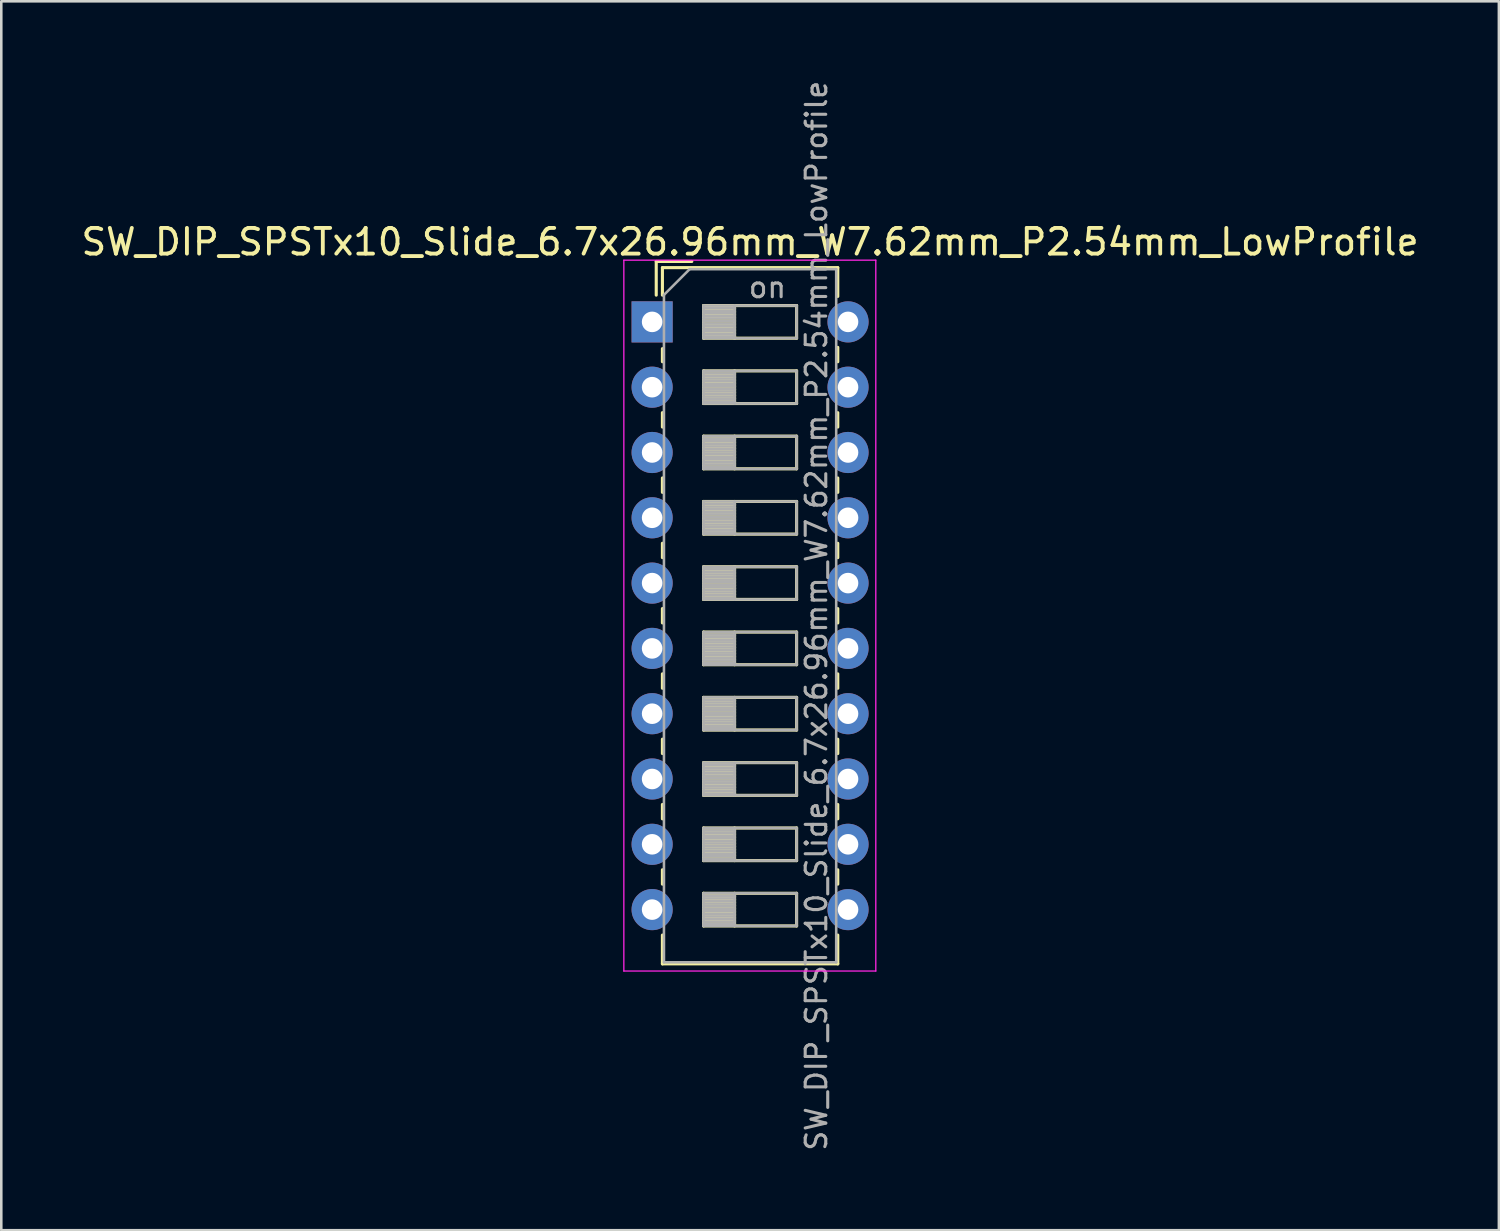
<source format=kicad_pcb>
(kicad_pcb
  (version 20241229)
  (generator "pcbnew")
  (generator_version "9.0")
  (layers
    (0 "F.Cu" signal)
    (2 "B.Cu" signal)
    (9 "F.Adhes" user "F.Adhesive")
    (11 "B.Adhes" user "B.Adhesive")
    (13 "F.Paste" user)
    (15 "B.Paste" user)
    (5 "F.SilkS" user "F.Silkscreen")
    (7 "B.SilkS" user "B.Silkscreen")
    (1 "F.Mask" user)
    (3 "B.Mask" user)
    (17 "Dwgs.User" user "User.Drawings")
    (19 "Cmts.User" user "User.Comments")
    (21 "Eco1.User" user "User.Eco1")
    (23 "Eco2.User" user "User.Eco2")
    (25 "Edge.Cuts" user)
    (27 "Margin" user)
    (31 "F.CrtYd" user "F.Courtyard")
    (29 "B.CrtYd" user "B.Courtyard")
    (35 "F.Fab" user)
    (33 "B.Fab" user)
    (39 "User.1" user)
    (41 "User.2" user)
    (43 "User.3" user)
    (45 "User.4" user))
  (footprint "SW_DIP_SPSTx10_Slide_6.7x26.96mm_W7.62mm_P2.54mm_LowProfile"
    (layer "F.Cu")
    (at 22.315 9.47)
    (property "Reference" "SW_DIP_SPSTx10_Slide_6.7x26.96mm_W7.62mm_P2.54mm_LowProfile" (at 3.81 -3.11 0) (layer "F.SilkS") (effects (font (size 1 1) (thickness 0.15))))
    (attr through_hole)
    (fp_line (start 0.16 -2.35) (end 0.16 -1.04) (stroke (width 0.12) (type solid)) (layer "F.SilkS"))
    (fp_line (start 0.16 -2.35) (end 1.543 -2.35) (stroke (width 0.12) (type solid)) (layer "F.SilkS"))
    (fp_line (start 0.4 -2.11) (end 0.4 -1.04) (stroke (width 0.12) (type solid)) (layer "F.SilkS"))
    (fp_line (start 0.4 -2.11) (end 7.221 -2.11) (stroke (width 0.12) (type solid)) (layer "F.SilkS"))
    (fp_line (start 0.4 1.04) (end 0.4 1.551) (stroke (width 0.12) (type solid)) (layer "F.SilkS"))
    (fp_line (start 0.4 3.53) (end 0.4 4.091) (stroke (width 0.12) (type solid)) (layer "F.SilkS"))
    (fp_line (start 0.4 6.07) (end 0.4 6.631) (stroke (width 0.12) (type solid)) (layer "F.SilkS"))
    (fp_line (start 0.4 8.61) (end 0.4 9.17) (stroke (width 0.12) (type solid)) (layer "F.SilkS"))
    (fp_line (start 0.4 11.15) (end 0.4 11.71) (stroke (width 0.12) (type solid)) (layer "F.SilkS"))
    (fp_line (start 0.4 13.69) (end 0.4 14.25) (stroke (width 0.12) (type solid)) (layer "F.SilkS"))
    (fp_line (start 0.4 16.23) (end 0.4 16.79) (stroke (width 0.12) (type solid)) (layer "F.SilkS"))
    (fp_line (start 0.4 18.77) (end 0.4 19.33) (stroke (width 0.12) (type solid)) (layer "F.SilkS"))
    (fp_line (start 0.4 21.31) (end 0.4 21.87) (stroke (width 0.12) (type solid)) (layer "F.SilkS"))
    (fp_line (start 0.4 23.85) (end 0.4 24.971) (stroke (width 0.12) (type solid)) (layer "F.SilkS"))
    (fp_line (start 0.4 24.971) (end 7.221 24.971) (stroke (width 0.12) (type solid)) (layer "F.SilkS"))
    (fp_line (start 2 -0.635) (end 2 0.635) (stroke (width 0.12) (type solid)) (layer "F.SilkS"))
    (fp_line (start 2 -0.515) (end 3.207 -0.515) (stroke (width 0.12) (type solid)) (layer "F.SilkS"))
    (fp_line (start 2 -0.395) (end 3.207 -0.395) (stroke (width 0.12) (type solid)) (layer "F.SilkS"))
    (fp_line (start 2 -0.275) (end 3.207 -0.275) (stroke (width 0.12) (type solid)) (layer "F.SilkS"))
    (fp_line (start 2 -0.155) (end 3.207 -0.155) (stroke (width 0.12) (type solid)) (layer "F.SilkS"))
    (fp_line (start 2 -0.035) (end 3.207 -0.035) (stroke (width 0.12) (type solid)) (layer "F.SilkS"))
    (fp_line (start 2 0.085) (end 3.207 0.085) (stroke (width 0.12) (type solid)) (layer "F.SilkS"))
    (fp_line (start 2 0.205) (end 3.207 0.205) (stroke (width 0.12) (type solid)) (layer "F.SilkS"))
    (fp_line (start 2 0.325) (end 3.207 0.325) (stroke (width 0.12) (type solid)) (layer "F.SilkS"))
    (fp_line (start 2 0.445) (end 3.207 0.445) (stroke (width 0.12) (type solid)) (layer "F.SilkS"))
    (fp_line (start 2 0.565) (end 3.207 0.565) (stroke (width 0.12) (type solid)) (layer "F.SilkS"))
    (fp_line (start 2 0.635) (end 5.62 0.635) (stroke (width 0.12) (type solid)) (layer "F.SilkS"))
    (fp_line (start 2 1.905) (end 2 3.175) (stroke (width 0.12) (type solid)) (layer "F.SilkS"))
    (fp_line (start 2 2.025) (end 3.207 2.025) (stroke (width 0.12) (type solid)) (layer "F.SilkS"))
    (fp_line (start 2 2.145) (end 3.207 2.145) (stroke (width 0.12) (type solid)) (layer "F.SilkS"))
    (fp_line (start 2 2.265) (end 3.207 2.265) (stroke (width 0.12) (type solid)) (layer "F.SilkS"))
    (fp_line (start 2 2.385) (end 3.207 2.385) (stroke (width 0.12) (type solid)) (layer "F.SilkS"))
    (fp_line (start 2 2.505) (end 3.207 2.505) (stroke (width 0.12) (type solid)) (layer "F.SilkS"))
    (fp_line (start 2 2.625) (end 3.207 2.625) (stroke (width 0.12) (type solid)) (layer "F.SilkS"))
    (fp_line (start 2 2.745) (end 3.207 2.745) (stroke (width 0.12) (type solid)) (layer "F.SilkS"))
    (fp_line (start 2 2.865) (end 3.207 2.865) (stroke (width 0.12) (type solid)) (layer "F.SilkS"))
    (fp_line (start 2 2.985) (end 3.207 2.985) (stroke (width 0.12) (type solid)) (layer "F.SilkS"))
    (fp_line (start 2 3.105) (end 3.207 3.105) (stroke (width 0.12) (type solid)) (layer "F.SilkS"))
    (fp_line (start 2 3.175) (end 5.62 3.175) (stroke (width 0.12) (type solid)) (layer "F.SilkS"))
    (fp_line (start 2 4.445) (end 2 5.715) (stroke (width 0.12) (type solid)) (layer "F.SilkS"))
    (fp_line (start 2 4.565) (end 3.207 4.565) (stroke (width 0.12) (type solid)) (layer "F.SilkS"))
    (fp_line (start 2 4.685) (end 3.207 4.685) (stroke (width 0.12) (type solid)) (layer "F.SilkS"))
    (fp_line (start 2 4.805) (end 3.207 4.805) (stroke (width 0.12) (type solid)) (layer "F.SilkS"))
    (fp_line (start 2 4.925) (end 3.207 4.925) (stroke (width 0.12) (type solid)) (layer "F.SilkS"))
    (fp_line (start 2 5.045) (end 3.207 5.045) (stroke (width 0.12) (type solid)) (layer "F.SilkS"))
    (fp_line (start 2 5.165) (end 3.207 5.165) (stroke (width 0.12) (type solid)) (layer "F.SilkS"))
    (fp_line (start 2 5.285) (end 3.207 5.285) (stroke (width 0.12) (type solid)) (layer "F.SilkS"))
    (fp_line (start 2 5.405) (end 3.207 5.405) (stroke (width 0.12) (type solid)) (layer "F.SilkS"))
    (fp_line (start 2 5.525) (end 3.207 5.525) (stroke (width 0.12) (type solid)) (layer "F.SilkS"))
    (fp_line (start 2 5.645) (end 3.207 5.645) (stroke (width 0.12) (type solid)) (layer "F.SilkS"))
    (fp_line (start 2 5.715) (end 5.62 5.715) (stroke (width 0.12) (type solid)) (layer "F.SilkS"))
    (fp_line (start 2 6.985) (end 2 8.255) (stroke (width 0.12) (type solid)) (layer "F.SilkS"))
    (fp_line (start 2 7.105) (end 3.207 7.105) (stroke (width 0.12) (type solid)) (layer "F.SilkS"))
    (fp_line (start 2 7.225) (end 3.207 7.225) (stroke (width 0.12) (type solid)) (layer "F.SilkS"))
    (fp_line (start 2 7.345) (end 3.207 7.345) (stroke (width 0.12) (type solid)) (layer "F.SilkS"))
    (fp_line (start 2 7.465) (end 3.207 7.465) (stroke (width 0.12) (type solid)) (layer "F.SilkS"))
    (fp_line (start 2 7.585) (end 3.207 7.585) (stroke (width 0.12) (type solid)) (layer "F.SilkS"))
    (fp_line (start 2 7.705) (end 3.207 7.705) (stroke (width 0.12) (type solid)) (layer "F.SilkS"))
    (fp_line (start 2 7.825) (end 3.207 7.825) (stroke (width 0.12) (type solid)) (layer "F.SilkS"))
    (fp_line (start 2 7.945) (end 3.207 7.945) (stroke (width 0.12) (type solid)) (layer "F.SilkS"))
    (fp_line (start 2 8.065) (end 3.207 8.065) (stroke (width 0.12) (type solid)) (layer "F.SilkS"))
    (fp_line (start 2 8.185) (end 3.207 8.185) (stroke (width 0.12) (type solid)) (layer "F.SilkS"))
    (fp_line (start 2 8.255) (end 5.62 8.255) (stroke (width 0.12) (type solid)) (layer "F.SilkS"))
    (fp_line (start 2 9.525) (end 2 10.795) (stroke (width 0.12) (type solid)) (layer "F.SilkS"))
    (fp_line (start 2 9.645) (end 3.207 9.645) (stroke (width 0.12) (type solid)) (layer "F.SilkS"))
    (fp_line (start 2 9.765) (end 3.207 9.765) (stroke (width 0.12) (type solid)) (layer "F.SilkS"))
    (fp_line (start 2 9.885) (end 3.207 9.885) (stroke (width 0.12) (type solid)) (layer "F.SilkS"))
    (fp_line (start 2 10.005) (end 3.207 10.005) (stroke (width 0.12) (type solid)) (layer "F.SilkS"))
    (fp_line (start 2 10.125) (end 3.207 10.125) (stroke (width 0.12) (type solid)) (layer "F.SilkS"))
    (fp_line (start 2 10.245) (end 3.207 10.245) (stroke (width 0.12) (type solid)) (layer "F.SilkS"))
    (fp_line (start 2 10.365) (end 3.207 10.365) (stroke (width 0.12) (type solid)) (layer "F.SilkS"))
    (fp_line (start 2 10.485) (end 3.207 10.485) (stroke (width 0.12) (type solid)) (layer "F.SilkS"))
    (fp_line (start 2 10.605) (end 3.207 10.605) (stroke (width 0.12) (type solid)) (layer "F.SilkS"))
    (fp_line (start 2 10.725) (end 3.207 10.725) (stroke (width 0.12) (type solid)) (layer "F.SilkS"))
    (fp_line (start 2 10.795) (end 5.62 10.795) (stroke (width 0.12) (type solid)) (layer "F.SilkS"))
    (fp_line (start 2 12.065) (end 2 13.335) (stroke (width 0.12) (type solid)) (layer "F.SilkS"))
    (fp_line (start 2 12.185) (end 3.207 12.185) (stroke (width 0.12) (type solid)) (layer "F.SilkS"))
    (fp_line (start 2 12.305) (end 3.207 12.305) (stroke (width 0.12) (type solid)) (layer "F.SilkS"))
    (fp_line (start 2 12.425) (end 3.207 12.425) (stroke (width 0.12) (type solid)) (layer "F.SilkS"))
    (fp_line (start 2 12.545) (end 3.207 12.545) (stroke (width 0.12) (type solid)) (layer "F.SilkS"))
    (fp_line (start 2 12.665) (end 3.207 12.665) (stroke (width 0.12) (type solid)) (layer "F.SilkS"))
    (fp_line (start 2 12.785) (end 3.207 12.785) (stroke (width 0.12) (type solid)) (layer "F.SilkS"))
    (fp_line (start 2 12.905) (end 3.207 12.905) (stroke (width 0.12) (type solid)) (layer "F.SilkS"))
    (fp_line (start 2 13.025) (end 3.207 13.025) (stroke (width 0.12) (type solid)) (layer "F.SilkS"))
    (fp_line (start 2 13.145) (end 3.207 13.145) (stroke (width 0.12) (type solid)) (layer "F.SilkS"))
    (fp_line (start 2 13.265) (end 3.207 13.265) (stroke (width 0.12) (type solid)) (layer "F.SilkS"))
    (fp_line (start 2 13.335) (end 5.62 13.335) (stroke (width 0.12) (type solid)) (layer "F.SilkS"))
    (fp_line (start 2 14.605) (end 2 15.875) (stroke (width 0.12) (type solid)) (layer "F.SilkS"))
    (fp_line (start 2 14.725) (end 3.207 14.725) (stroke (width 0.12) (type solid)) (layer "F.SilkS"))
    (fp_line (start 2 14.845) (end 3.207 14.845) (stroke (width 0.12) (type solid)) (layer "F.SilkS"))
    (fp_line (start 2 14.965) (end 3.207 14.965) (stroke (width 0.12) (type solid)) (layer "F.SilkS"))
    (fp_line (start 2 15.085) (end 3.207 15.085) (stroke (width 0.12) (type solid)) (layer "F.SilkS"))
    (fp_line (start 2 15.205) (end 3.207 15.205) (stroke (width 0.12) (type solid)) (layer "F.SilkS"))
    (fp_line (start 2 15.325) (end 3.207 15.325) (stroke (width 0.12) (type solid)) (layer "F.SilkS"))
    (fp_line (start 2 15.445) (end 3.207 15.445) (stroke (width 0.12) (type solid)) (layer "F.SilkS"))
    (fp_line (start 2 15.565) (end 3.207 15.565) (stroke (width 0.12) (type solid)) (layer "F.SilkS"))
    (fp_line (start 2 15.685) (end 3.207 15.685) (stroke (width 0.12) (type solid)) (layer "F.SilkS"))
    (fp_line (start 2 15.805) (end 3.207 15.805) (stroke (width 0.12) (type solid)) (layer "F.SilkS"))
    (fp_line (start 2 15.875) (end 5.62 15.875) (stroke (width 0.12) (type solid)) (layer "F.SilkS"))
    (fp_line (start 2 17.145) (end 2 18.415) (stroke (width 0.12) (type solid)) (layer "F.SilkS"))
    (fp_line (start 2 17.265) (end 3.207 17.265) (stroke (width 0.12) (type solid)) (layer "F.SilkS"))
    (fp_line (start 2 17.385) (end 3.207 17.385) (stroke (width 0.12) (type solid)) (layer "F.SilkS"))
    (fp_line (start 2 17.505) (end 3.207 17.505) (stroke (width 0.12) (type solid)) (layer "F.SilkS"))
    (fp_line (start 2 17.625) (end 3.207 17.625) (stroke (width 0.12) (type solid)) (layer "F.SilkS"))
    (fp_line (start 2 17.745) (end 3.207 17.745) (stroke (width 0.12) (type solid)) (layer "F.SilkS"))
    (fp_line (start 2 17.865) (end 3.207 17.865) (stroke (width 0.12) (type solid)) (layer "F.SilkS"))
    (fp_line (start 2 17.985) (end 3.207 17.985) (stroke (width 0.12) (type solid)) (layer "F.SilkS"))
    (fp_line (start 2 18.105) (end 3.207 18.105) (stroke (width 0.12) (type solid)) (layer "F.SilkS"))
    (fp_line (start 2 18.225) (end 3.207 18.225) (stroke (width 0.12) (type solid)) (layer "F.SilkS"))
    (fp_line (start 2 18.345) (end 3.207 18.345) (stroke (width 0.12) (type solid)) (layer "F.SilkS"))
    (fp_line (start 2 18.415) (end 5.62 18.415) (stroke (width 0.12) (type solid)) (layer "F.SilkS"))
    (fp_line (start 2 19.685) (end 2 20.955) (stroke (width 0.12) (type solid)) (layer "F.SilkS"))
    (fp_line (start 2 19.805) (end 3.207 19.805) (stroke (width 0.12) (type solid)) (layer "F.SilkS"))
    (fp_line (start 2 19.925) (end 3.207 19.925) (stroke (width 0.12) (type solid)) (layer "F.SilkS"))
    (fp_line (start 2 20.045) (end 3.207 20.045) (stroke (width 0.12) (type solid)) (layer "F.SilkS"))
    (fp_line (start 2 20.165) (end 3.207 20.165) (stroke (width 0.12) (type solid)) (layer "F.SilkS"))
    (fp_line (start 2 20.285) (end 3.207 20.285) (stroke (width 0.12) (type solid)) (layer "F.SilkS"))
    (fp_line (start 2 20.405) (end 3.207 20.405) (stroke (width 0.12) (type solid)) (layer "F.SilkS"))
    (fp_line (start 2 20.525) (end 3.207 20.525) (stroke (width 0.12) (type solid)) (layer "F.SilkS"))
    (fp_line (start 2 20.645) (end 3.207 20.645) (stroke (width 0.12) (type solid)) (layer "F.SilkS"))
    (fp_line (start 2 20.765) (end 3.207 20.765) (stroke (width 0.12) (type solid)) (layer "F.SilkS"))
    (fp_line (start 2 20.885) (end 3.207 20.885) (stroke (width 0.12) (type solid)) (layer "F.SilkS"))
    (fp_line (start 2 20.955) (end 5.62 20.955) (stroke (width 0.12) (type solid)) (layer "F.SilkS"))
    (fp_line (start 2 22.225) (end 2 23.495) (stroke (width 0.12) (type solid)) (layer "F.SilkS"))
    (fp_line (start 2 22.345) (end 3.207 22.345) (stroke (width 0.12) (type solid)) (layer "F.SilkS"))
    (fp_line (start 2 22.465) (end 3.207 22.465) (stroke (width 0.12) (type solid)) (layer "F.SilkS"))
    (fp_line (start 2 22.585) (end 3.207 22.585) (stroke (width 0.12) (type solid)) (layer "F.SilkS"))
    (fp_line (start 2 22.705) (end 3.207 22.705) (stroke (width 0.12) (type solid)) (layer "F.SilkS"))
    (fp_line (start 2 22.825) (end 3.207 22.825) (stroke (width 0.12) (type solid)) (layer "F.SilkS"))
    (fp_line (start 2 22.945) (end 3.207 22.945) (stroke (width 0.12) (type solid)) (layer "F.SilkS"))
    (fp_line (start 2 23.065) (end 3.207 23.065) (stroke (width 0.12) (type solid)) (layer "F.SilkS"))
    (fp_line (start 2 23.185) (end 3.207 23.185) (stroke (width 0.12) (type solid)) (layer "F.SilkS"))
    (fp_line (start 2 23.305) (end 3.207 23.305) (stroke (width 0.12) (type solid)) (layer "F.SilkS"))
    (fp_line (start 2 23.425) (end 3.207 23.425) (stroke (width 0.12) (type solid)) (layer "F.SilkS"))
    (fp_line (start 2 23.495) (end 5.62 23.495) (stroke (width 0.12) (type solid)) (layer "F.SilkS"))
    (fp_line (start 3.207 -0.635) (end 3.207 0.635) (stroke (width 0.12) (type solid)) (layer "F.SilkS"))
    (fp_line (start 3.207 1.905) (end 3.207 3.175) (stroke (width 0.12) (type solid)) (layer "F.SilkS"))
    (fp_line (start 3.207 4.445) (end 3.207 5.715) (stroke (width 0.12) (type solid)) (layer "F.SilkS"))
    (fp_line (start 3.207 6.985) (end 3.207 8.255) (stroke (width 0.12) (type solid)) (layer "F.SilkS"))
    (fp_line (start 3.207 9.525) (end 3.207 10.795) (stroke (width 0.12) (type solid)) (layer "F.SilkS"))
    (fp_line (start 3.207 12.065) (end 3.207 13.335) (stroke (width 0.12) (type solid)) (layer "F.SilkS"))
    (fp_line (start 3.207 14.605) (end 3.207 15.875) (stroke (width 0.12) (type solid)) (layer "F.SilkS"))
    (fp_line (start 3.207 17.145) (end 3.207 18.415) (stroke (width 0.12) (type solid)) (layer "F.SilkS"))
    (fp_line (start 3.207 19.685) (end 3.207 20.955) (stroke (width 0.12) (type solid)) (layer "F.SilkS"))
    (fp_line (start 3.207 22.225) (end 3.207 23.495) (stroke (width 0.12) (type solid)) (layer "F.SilkS"))
    (fp_line (start 5.62 -0.635) (end 2 -0.635) (stroke (width 0.12) (type solid)) (layer "F.SilkS"))
    (fp_line (start 5.62 0.635) (end 5.62 -0.635) (stroke (width 0.12) (type solid)) (layer "F.SilkS"))
    (fp_line (start 5.62 1.905) (end 2 1.905) (stroke (width 0.12) (type solid)) (layer "F.SilkS"))
    (fp_line (start 5.62 3.175) (end 5.62 1.905) (stroke (width 0.12) (type solid)) (layer "F.SilkS"))
    (fp_line (start 5.62 4.445) (end 2 4.445) (stroke (width 0.12) (type solid)) (layer "F.SilkS"))
    (fp_line (start 5.62 5.715) (end 5.62 4.445) (stroke (width 0.12) (type solid)) (layer "F.SilkS"))
    (fp_line (start 5.62 6.985) (end 2 6.985) (stroke (width 0.12) (type solid)) (layer "F.SilkS"))
    (fp_line (start 5.62 8.255) (end 5.62 6.985) (stroke (width 0.12) (type solid)) (layer "F.SilkS"))
    (fp_line (start 5.62 9.525) (end 2 9.525) (stroke (width 0.12) (type solid)) (layer "F.SilkS"))
    (fp_line (start 5.62 10.795) (end 5.62 9.525) (stroke (width 0.12) (type solid)) (layer "F.SilkS"))
    (fp_line (start 5.62 12.065) (end 2 12.065) (stroke (width 0.12) (type solid)) (layer "F.SilkS"))
    (fp_line (start 5.62 13.335) (end 5.62 12.065) (stroke (width 0.12) (type solid)) (layer "F.SilkS"))
    (fp_line (start 5.62 14.605) (end 2 14.605) (stroke (width 0.12) (type solid)) (layer "F.SilkS"))
    (fp_line (start 5.62 15.875) (end 5.62 14.605) (stroke (width 0.12) (type solid)) (layer "F.SilkS"))
    (fp_line (start 5.62 17.145) (end 2 17.145) (stroke (width 0.12) (type solid)) (layer "F.SilkS"))
    (fp_line (start 5.62 18.415) (end 5.62 17.145) (stroke (width 0.12) (type solid)) (layer "F.SilkS"))
    (fp_line (start 5.62 19.685) (end 2 19.685) (stroke (width 0.12) (type solid)) (layer "F.SilkS"))
    (fp_line (start 5.62 20.955) (end 5.62 19.685) (stroke (width 0.12) (type solid)) (layer "F.SilkS"))
    (fp_line (start 5.62 22.225) (end 2 22.225) (stroke (width 0.12) (type solid)) (layer "F.SilkS"))
    (fp_line (start 5.62 23.495) (end 5.62 22.225) (stroke (width 0.12) (type solid)) (layer "F.SilkS"))
    (fp_line (start 7.221 -2.11) (end 7.221 -0.99) (stroke (width 0.12) (type solid)) (layer "F.SilkS"))
    (fp_line (start 7.221 0.991) (end 7.221 1.551) (stroke (width 0.12) (type solid)) (layer "F.SilkS"))
    (fp_line (start 7.221 3.531) (end 7.221 4.091) (stroke (width 0.12) (type solid)) (layer "F.SilkS"))
    (fp_line (start 7.221 6.071) (end 7.221 6.631) (stroke (width 0.12) (type solid)) (layer "F.SilkS"))
    (fp_line (start 7.221 8.611) (end 7.221 9.171) (stroke (width 0.12) (type solid)) (layer "F.SilkS"))
    (fp_line (start 7.221 11.151) (end 7.221 11.711) (stroke (width 0.12) (type solid)) (layer "F.SilkS"))
    (fp_line (start 7.221 13.691) (end 7.221 14.251) (stroke (width 0.12) (type solid)) (layer "F.SilkS"))
    (fp_line (start 7.221 16.231) (end 7.221 16.79) (stroke (width 0.12) (type solid)) (layer "F.SilkS"))
    (fp_line (start 7.221 18.771) (end 7.221 19.33) (stroke (width 0.12) (type solid)) (layer "F.SilkS"))
    (fp_line (start 7.221 21.311) (end 7.221 21.87) (stroke (width 0.12) (type solid)) (layer "F.SilkS"))
    (fp_line (start 7.221 23.85) (end 7.221 24.971) (stroke (width 0.12) (type solid)) (layer "F.SilkS"))
    (fp_line (start -1.1 -2.4) (end -1.1 25.25) (stroke (width 0.05) (type solid)) (layer "F.CrtYd"))
    (fp_line (start -1.1 25.25) (end 8.7 25.25) (stroke (width 0.05) (type solid)) (layer "F.CrtYd"))
    (fp_line (start 8.7 -2.4) (end -1.1 -2.4) (stroke (width 0.05) (type solid)) (layer "F.CrtYd"))
    (fp_line (start 8.7 25.25) (end 8.7 -2.4) (stroke (width 0.05) (type solid)) (layer "F.CrtYd"))
    (fp_line (start 0.46 -1.05) (end 1.46 -2.05) (stroke (width 0.1) (type solid)) (layer "F.Fab"))
    (fp_line (start 0.46 24.91) (end 0.46 -1.05) (stroke (width 0.1) (type solid)) (layer "F.Fab"))
    (fp_line (start 1.46 -2.05) (end 7.16 -2.05) (stroke (width 0.1) (type solid)) (layer "F.Fab"))
    (fp_line (start 2 -0.635) (end 2 0.635) (stroke (width 0.1) (type solid)) (layer "F.Fab"))
    (fp_line (start 2 -0.535) (end 3.207 -0.535) (stroke (width 0.1) (type solid)) (layer "F.Fab"))
    (fp_line (start 2 -0.435) (end 3.207 -0.435) (stroke (width 0.1) (type solid)) (layer "F.Fab"))
    (fp_line (start 2 -0.335) (end 3.207 -0.335) (stroke (width 0.1) (type solid)) (layer "F.Fab"))
    (fp_line (start 2 -0.235) (end 3.207 -0.235) (stroke (width 0.1) (type solid)) (layer "F.Fab"))
    (fp_line (start 2 -0.135) (end 3.207 -0.135) (stroke (width 0.1) (type solid)) (layer "F.Fab"))
    (fp_line (start 2 -0.035) (end 3.207 -0.035) (stroke (width 0.1) (type solid)) (layer "F.Fab"))
    (fp_line (start 2 0.065) (end 3.207 0.065) (stroke (width 0.1) (type solid)) (layer "F.Fab"))
    (fp_line (start 2 0.165) (end 3.207 0.165) (stroke (width 0.1) (type solid)) (layer "F.Fab"))
    (fp_line (start 2 0.265) (end 3.207 0.265) (stroke (width 0.1) (type solid)) (layer "F.Fab"))
    (fp_line (start 2 0.365) (end 3.207 0.365) (stroke (width 0.1) (type solid)) (layer "F.Fab"))
    (fp_line (start 2 0.465) (end 3.207 0.465) (stroke (width 0.1) (type solid)) (layer "F.Fab"))
    (fp_line (start 2 0.565) (end 3.207 0.565) (stroke (width 0.1) (type solid)) (layer "F.Fab"))
    (fp_line (start 2 0.635) (end 5.62 0.635) (stroke (width 0.1) (type solid)) (layer "F.Fab"))
    (fp_line (start 2 1.905) (end 2 3.175) (stroke (width 0.1) (type solid)) (layer "F.Fab"))
    (fp_line (start 2 2.005) (end 3.207 2.005) (stroke (width 0.1) (type solid)) (layer "F.Fab"))
    (fp_line (start 2 2.105) (end 3.207 2.105) (stroke (width 0.1) (type solid)) (layer "F.Fab"))
    (fp_line (start 2 2.205) (end 3.207 2.205) (stroke (width 0.1) (type solid)) (layer "F.Fab"))
    (fp_line (start 2 2.305) (end 3.207 2.305) (stroke (width 0.1) (type solid)) (layer "F.Fab"))
    (fp_line (start 2 2.405) (end 3.207 2.405) (stroke (width 0.1) (type solid)) (layer "F.Fab"))
    (fp_line (start 2 2.505) (end 3.207 2.505) (stroke (width 0.1) (type solid)) (layer "F.Fab"))
    (fp_line (start 2 2.605) (end 3.207 2.605) (stroke (width 0.1) (type solid)) (layer "F.Fab"))
    (fp_line (start 2 2.705) (end 3.207 2.705) (stroke (width 0.1) (type solid)) (layer "F.Fab"))
    (fp_line (start 2 2.805) (end 3.207 2.805) (stroke (width 0.1) (type solid)) (layer "F.Fab"))
    (fp_line (start 2 2.905) (end 3.207 2.905) (stroke (width 0.1) (type solid)) (layer "F.Fab"))
    (fp_line (start 2 3.005) (end 3.207 3.005) (stroke (width 0.1) (type solid)) (layer "F.Fab"))
    (fp_line (start 2 3.105) (end 3.207 3.105) (stroke (width 0.1) (type solid)) (layer "F.Fab"))
    (fp_line (start 2 3.175) (end 5.62 3.175) (stroke (width 0.1) (type solid)) (layer "F.Fab"))
    (fp_line (start 2 4.445) (end 2 5.715) (stroke (width 0.1) (type solid)) (layer "F.Fab"))
    (fp_line (start 2 4.545) (end 3.207 4.545) (stroke (width 0.1) (type solid)) (layer "F.Fab"))
    (fp_line (start 2 4.645) (end 3.207 4.645) (stroke (width 0.1) (type solid)) (layer "F.Fab"))
    (fp_line (start 2 4.745) (end 3.207 4.745) (stroke (width 0.1) (type solid)) (layer "F.Fab"))
    (fp_line (start 2 4.845) (end 3.207 4.845) (stroke (width 0.1) (type solid)) (layer "F.Fab"))
    (fp_line (start 2 4.945) (end 3.207 4.945) (stroke (width 0.1) (type solid)) (layer "F.Fab"))
    (fp_line (start 2 5.045) (end 3.207 5.045) (stroke (width 0.1) (type solid)) (layer "F.Fab"))
    (fp_line (start 2 5.145) (end 3.207 5.145) (stroke (width 0.1) (type solid)) (layer "F.Fab"))
    (fp_line (start 2 5.245) (end 3.207 5.245) (stroke (width 0.1) (type solid)) (layer "F.Fab"))
    (fp_line (start 2 5.345) (end 3.207 5.345) (stroke (width 0.1) (type solid)) (layer "F.Fab"))
    (fp_line (start 2 5.445) (end 3.207 5.445) (stroke (width 0.1) (type solid)) (layer "F.Fab"))
    (fp_line (start 2 5.545) (end 3.207 5.545) (stroke (width 0.1) (type solid)) (layer "F.Fab"))
    (fp_line (start 2 5.645) (end 3.207 5.645) (stroke (width 0.1) (type solid)) (layer "F.Fab"))
    (fp_line (start 2 5.715) (end 5.62 5.715) (stroke (width 0.1) (type solid)) (layer "F.Fab"))
    (fp_line (start 2 6.985) (end 2 8.255) (stroke (width 0.1) (type solid)) (layer "F.Fab"))
    (fp_line (start 2 7.085) (end 3.207 7.085) (stroke (width 0.1) (type solid)) (layer "F.Fab"))
    (fp_line (start 2 7.185) (end 3.207 7.185) (stroke (width 0.1) (type solid)) (layer "F.Fab"))
    (fp_line (start 2 7.285) (end 3.207 7.285) (stroke (width 0.1) (type solid)) (layer "F.Fab"))
    (fp_line (start 2 7.385) (end 3.207 7.385) (stroke (width 0.1) (type solid)) (layer "F.Fab"))
    (fp_line (start 2 7.485) (end 3.207 7.485) (stroke (width 0.1) (type solid)) (layer "F.Fab"))
    (fp_line (start 2 7.585) (end 3.207 7.585) (stroke (width 0.1) (type solid)) (layer "F.Fab"))
    (fp_line (start 2 7.685) (end 3.207 7.685) (stroke (width 0.1) (type solid)) (layer "F.Fab"))
    (fp_line (start 2 7.785) (end 3.207 7.785) (stroke (width 0.1) (type solid)) (layer "F.Fab"))
    (fp_line (start 2 7.885) (end 3.207 7.885) (stroke (width 0.1) (type solid)) (layer "F.Fab"))
    (fp_line (start 2 7.985) (end 3.207 7.985) (stroke (width 0.1) (type solid)) (layer "F.Fab"))
    (fp_line (start 2 8.085) (end 3.207 8.085) (stroke (width 0.1) (type solid)) (layer "F.Fab"))
    (fp_line (start 2 8.185) (end 3.207 8.185) (stroke (width 0.1) (type solid)) (layer "F.Fab"))
    (fp_line (start 2 8.255) (end 5.62 8.255) (stroke (width 0.1) (type solid)) (layer "F.Fab"))
    (fp_line (start 2 9.525) (end 2 10.795) (stroke (width 0.1) (type solid)) (layer "F.Fab"))
    (fp_line (start 2 9.625) (end 3.207 9.625) (stroke (width 0.1) (type solid)) (layer "F.Fab"))
    (fp_line (start 2 9.725) (end 3.207 9.725) (stroke (width 0.1) (type solid)) (layer "F.Fab"))
    (fp_line (start 2 9.825) (end 3.207 9.825) (stroke (width 0.1) (type solid)) (layer "F.Fab"))
    (fp_line (start 2 9.925) (end 3.207 9.925) (stroke (width 0.1) (type solid)) (layer "F.Fab"))
    (fp_line (start 2 10.025) (end 3.207 10.025) (stroke (width 0.1) (type solid)) (layer "F.Fab"))
    (fp_line (start 2 10.125) (end 3.207 10.125) (stroke (width 0.1) (type solid)) (layer "F.Fab"))
    (fp_line (start 2 10.225) (end 3.207 10.225) (stroke (width 0.1) (type solid)) (layer "F.Fab"))
    (fp_line (start 2 10.325) (end 3.207 10.325) (stroke (width 0.1) (type solid)) (layer "F.Fab"))
    (fp_line (start 2 10.425) (end 3.207 10.425) (stroke (width 0.1) (type solid)) (layer "F.Fab"))
    (fp_line (start 2 10.525) (end 3.207 10.525) (stroke (width 0.1) (type solid)) (layer "F.Fab"))
    (fp_line (start 2 10.625) (end 3.207 10.625) (stroke (width 0.1) (type solid)) (layer "F.Fab"))
    (fp_line (start 2 10.725) (end 3.207 10.725) (stroke (width 0.1) (type solid)) (layer "F.Fab"))
    (fp_line (start 2 10.795) (end 5.62 10.795) (stroke (width 0.1) (type solid)) (layer "F.Fab"))
    (fp_line (start 2 12.065) (end 2 13.335) (stroke (width 0.1) (type solid)) (layer "F.Fab"))
    (fp_line (start 2 12.165) (end 3.207 12.165) (stroke (width 0.1) (type solid)) (layer "F.Fab"))
    (fp_line (start 2 12.265) (end 3.207 12.265) (stroke (width 0.1) (type solid)) (layer "F.Fab"))
    (fp_line (start 2 12.365) (end 3.207 12.365) (stroke (width 0.1) (type solid)) (layer "F.Fab"))
    (fp_line (start 2 12.465) (end 3.207 12.465) (stroke (width 0.1) (type solid)) (layer "F.Fab"))
    (fp_line (start 2 12.565) (end 3.207 12.565) (stroke (width 0.1) (type solid)) (layer "F.Fab"))
    (fp_line (start 2 12.665) (end 3.207 12.665) (stroke (width 0.1) (type solid)) (layer "F.Fab"))
    (fp_line (start 2 12.765) (end 3.207 12.765) (stroke (width 0.1) (type solid)) (layer "F.Fab"))
    (fp_line (start 2 12.865) (end 3.207 12.865) (stroke (width 0.1) (type solid)) (layer "F.Fab"))
    (fp_line (start 2 12.965) (end 3.207 12.965) (stroke (width 0.1) (type solid)) (layer "F.Fab"))
    (fp_line (start 2 13.065) (end 3.207 13.065) (stroke (width 0.1) (type solid)) (layer "F.Fab"))
    (fp_line (start 2 13.165) (end 3.207 13.165) (stroke (width 0.1) (type solid)) (layer "F.Fab"))
    (fp_line (start 2 13.265) (end 3.207 13.265) (stroke (width 0.1) (type solid)) (layer "F.Fab"))
    (fp_line (start 2 13.335) (end 5.62 13.335) (stroke (width 0.1) (type solid)) (layer "F.Fab"))
    (fp_line (start 2 14.605) (end 2 15.875) (stroke (width 0.1) (type solid)) (layer "F.Fab"))
    (fp_line (start 2 14.705) (end 3.207 14.705) (stroke (width 0.1) (type solid)) (layer "F.Fab"))
    (fp_line (start 2 14.805) (end 3.207 14.805) (stroke (width 0.1) (type solid)) (layer "F.Fab"))
    (fp_line (start 2 14.905) (end 3.207 14.905) (stroke (width 0.1) (type solid)) (layer "F.Fab"))
    (fp_line (start 2 15.005) (end 3.207 15.005) (stroke (width 0.1) (type solid)) (layer "F.Fab"))
    (fp_line (start 2 15.105) (end 3.207 15.105) (stroke (width 0.1) (type solid)) (layer "F.Fab"))
    (fp_line (start 2 15.205) (end 3.207 15.205) (stroke (width 0.1) (type solid)) (layer "F.Fab"))
    (fp_line (start 2 15.305) (end 3.207 15.305) (stroke (width 0.1) (type solid)) (layer "F.Fab"))
    (fp_line (start 2 15.405) (end 3.207 15.405) (stroke (width 0.1) (type solid)) (layer "F.Fab"))
    (fp_line (start 2 15.505) (end 3.207 15.505) (stroke (width 0.1) (type solid)) (layer "F.Fab"))
    (fp_line (start 2 15.605) (end 3.207 15.605) (stroke (width 0.1) (type solid)) (layer "F.Fab"))
    (fp_line (start 2 15.705) (end 3.207 15.705) (stroke (width 0.1) (type solid)) (layer "F.Fab"))
    (fp_line (start 2 15.805) (end 3.207 15.805) (stroke (width 0.1) (type solid)) (layer "F.Fab"))
    (fp_line (start 2 15.875) (end 5.62 15.875) (stroke (width 0.1) (type solid)) (layer "F.Fab"))
    (fp_line (start 2 17.145) (end 2 18.415) (stroke (width 0.1) (type solid)) (layer "F.Fab"))
    (fp_line (start 2 17.245) (end 3.207 17.245) (stroke (width 0.1) (type solid)) (layer "F.Fab"))
    (fp_line (start 2 17.345) (end 3.207 17.345) (stroke (width 0.1) (type solid)) (layer "F.Fab"))
    (fp_line (start 2 17.445) (end 3.207 17.445) (stroke (width 0.1) (type solid)) (layer "F.Fab"))
    (fp_line (start 2 17.545) (end 3.207 17.545) (stroke (width 0.1) (type solid)) (layer "F.Fab"))
    (fp_line (start 2 17.645) (end 3.207 17.645) (stroke (width 0.1) (type solid)) (layer "F.Fab"))
    (fp_line (start 2 17.745) (end 3.207 17.745) (stroke (width 0.1) (type solid)) (layer "F.Fab"))
    (fp_line (start 2 17.845) (end 3.207 17.845) (stroke (width 0.1) (type solid)) (layer "F.Fab"))
    (fp_line (start 2 17.945) (end 3.207 17.945) (stroke (width 0.1) (type solid)) (layer "F.Fab"))
    (fp_line (start 2 18.045) (end 3.207 18.045) (stroke (width 0.1) (type solid)) (layer "F.Fab"))
    (fp_line (start 2 18.145) (end 3.207 18.145) (stroke (width 0.1) (type solid)) (layer "F.Fab"))
    (fp_line (start 2 18.245) (end 3.207 18.245) (stroke (width 0.1) (type solid)) (layer "F.Fab"))
    (fp_line (start 2 18.345) (end 3.207 18.345) (stroke (width 0.1) (type solid)) (layer "F.Fab"))
    (fp_line (start 2 18.415) (end 5.62 18.415) (stroke (width 0.1) (type solid)) (layer "F.Fab"))
    (fp_line (start 2 19.685) (end 2 20.955) (stroke (width 0.1) (type solid)) (layer "F.Fab"))
    (fp_line (start 2 19.785) (end 3.207 19.785) (stroke (width 0.1) (type solid)) (layer "F.Fab"))
    (fp_line (start 2 19.885) (end 3.207 19.885) (stroke (width 0.1) (type solid)) (layer "F.Fab"))
    (fp_line (start 2 19.985) (end 3.207 19.985) (stroke (width 0.1) (type solid)) (layer "F.Fab"))
    (fp_line (start 2 20.085) (end 3.207 20.085) (stroke (width 0.1) (type solid)) (layer "F.Fab"))
    (fp_line (start 2 20.185) (end 3.207 20.185) (stroke (width 0.1) (type solid)) (layer "F.Fab"))
    (fp_line (start 2 20.285) (end 3.207 20.285) (stroke (width 0.1) (type solid)) (layer "F.Fab"))
    (fp_line (start 2 20.385) (end 3.207 20.385) (stroke (width 0.1) (type solid)) (layer "F.Fab"))
    (fp_line (start 2 20.485) (end 3.207 20.485) (stroke (width 0.1) (type solid)) (layer "F.Fab"))
    (fp_line (start 2 20.585) (end 3.207 20.585) (stroke (width 0.1) (type solid)) (layer "F.Fab"))
    (fp_line (start 2 20.685) (end 3.207 20.685) (stroke (width 0.1) (type solid)) (layer "F.Fab"))
    (fp_line (start 2 20.785) (end 3.207 20.785) (stroke (width 0.1) (type solid)) (layer "F.Fab"))
    (fp_line (start 2 20.885) (end 3.207 20.885) (stroke (width 0.1) (type solid)) (layer "F.Fab"))
    (fp_line (start 2 20.955) (end 5.62 20.955) (stroke (width 0.1) (type solid)) (layer "F.Fab"))
    (fp_line (start 2 22.225) (end 2 23.495) (stroke (width 0.1) (type solid)) (layer "F.Fab"))
    (fp_line (start 2 22.325) (end 3.207 22.325) (stroke (width 0.1) (type solid)) (layer "F.Fab"))
    (fp_line (start 2 22.425) (end 3.207 22.425) (stroke (width 0.1) (type solid)) (layer "F.Fab"))
    (fp_line (start 2 22.525) (end 3.207 22.525) (stroke (width 0.1) (type solid)) (layer "F.Fab"))
    (fp_line (start 2 22.625) (end 3.207 22.625) (stroke (width 0.1) (type solid)) (layer "F.Fab"))
    (fp_line (start 2 22.725) (end 3.207 22.725) (stroke (width 0.1) (type solid)) (layer "F.Fab"))
    (fp_line (start 2 22.825) (end 3.207 22.825) (stroke (width 0.1) (type solid)) (layer "F.Fab"))
    (fp_line (start 2 22.925) (end 3.207 22.925) (stroke (width 0.1) (type solid)) (layer "F.Fab"))
    (fp_line (start 2 23.025) (end 3.207 23.025) (stroke (width 0.1) (type solid)) (layer "F.Fab"))
    (fp_line (start 2 23.125) (end 3.207 23.125) (stroke (width 0.1) (type solid)) (layer "F.Fab"))
    (fp_line (start 2 23.225) (end 3.207 23.225) (stroke (width 0.1) (type solid)) (layer "F.Fab"))
    (fp_line (start 2 23.325) (end 3.207 23.325) (stroke (width 0.1) (type solid)) (layer "F.Fab"))
    (fp_line (start 2 23.425) (end 3.207 23.425) (stroke (width 0.1) (type solid)) (layer "F.Fab"))
    (fp_line (start 2 23.495) (end 5.62 23.495) (stroke (width 0.1) (type solid)) (layer "F.Fab"))
    (fp_line (start 3.207 -0.635) (end 3.207 0.635) (stroke (width 0.1) (type solid)) (layer "F.Fab"))
    (fp_line (start 3.207 1.905) (end 3.207 3.175) (stroke (width 0.1) (type solid)) (layer "F.Fab"))
    (fp_line (start 3.207 4.445) (end 3.207 5.715) (stroke (width 0.1) (type solid)) (layer "F.Fab"))
    (fp_line (start 3.207 6.985) (end 3.207 8.255) (stroke (width 0.1) (type solid)) (layer "F.Fab"))
    (fp_line (start 3.207 9.525) (end 3.207 10.795) (stroke (width 0.1) (type solid)) (layer "F.Fab"))
    (fp_line (start 3.207 12.065) (end 3.207 13.335) (stroke (width 0.1) (type solid)) (layer "F.Fab"))
    (fp_line (start 3.207 14.605) (end 3.207 15.875) (stroke (width 0.1) (type solid)) (layer "F.Fab"))
    (fp_line (start 3.207 17.145) (end 3.207 18.415) (stroke (width 0.1) (type solid)) (layer "F.Fab"))
    (fp_line (start 3.207 19.685) (end 3.207 20.955) (stroke (width 0.1) (type solid)) (layer "F.Fab"))
    (fp_line (start 3.207 22.225) (end 3.207 23.495) (stroke (width 0.1) (type solid)) (layer "F.Fab"))
    (fp_line (start 5.62 -0.635) (end 2 -0.635) (stroke (width 0.1) (type solid)) (layer "F.Fab"))
    (fp_line (start 5.62 0.635) (end 5.62 -0.635) (stroke (width 0.1) (type solid)) (layer "F.Fab"))
    (fp_line (start 5.62 1.905) (end 2 1.905) (stroke (width 0.1) (type solid)) (layer "F.Fab"))
    (fp_line (start 5.62 3.175) (end 5.62 1.905) (stroke (width 0.1) (type solid)) (layer "F.Fab"))
    (fp_line (start 5.62 4.445) (end 2 4.445) (stroke (width 0.1) (type solid)) (layer "F.Fab"))
    (fp_line (start 5.62 5.715) (end 5.62 4.445) (stroke (width 0.1) (type solid)) (layer "F.Fab"))
    (fp_line (start 5.62 6.985) (end 2 6.985) (stroke (width 0.1) (type solid)) (layer "F.Fab"))
    (fp_line (start 5.62 8.255) (end 5.62 6.985) (stroke (width 0.1) (type solid)) (layer "F.Fab"))
    (fp_line (start 5.62 9.525) (end 2 9.525) (stroke (width 0.1) (type solid)) (layer "F.Fab"))
    (fp_line (start 5.62 10.795) (end 5.62 9.525) (stroke (width 0.1) (type solid)) (layer "F.Fab"))
    (fp_line (start 5.62 12.065) (end 2 12.065) (stroke (width 0.1) (type solid)) (layer "F.Fab"))
    (fp_line (start 5.62 13.335) (end 5.62 12.065) (stroke (width 0.1) (type solid)) (layer "F.Fab"))
    (fp_line (start 5.62 14.605) (end 2 14.605) (stroke (width 0.1) (type solid)) (layer "F.Fab"))
    (fp_line (start 5.62 15.875) (end 5.62 14.605) (stroke (width 0.1) (type solid)) (layer "F.Fab"))
    (fp_line (start 5.62 17.145) (end 2 17.145) (stroke (width 0.1) (type solid)) (layer "F.Fab"))
    (fp_line (start 5.62 18.415) (end 5.62 17.145) (stroke (width 0.1) (type solid)) (layer "F.Fab"))
    (fp_line (start 5.62 19.685) (end 2 19.685) (stroke (width 0.1) (type solid)) (layer "F.Fab"))
    (fp_line (start 5.62 20.955) (end 5.62 19.685) (stroke (width 0.1) (type solid)) (layer "F.Fab"))
    (fp_line (start 5.62 22.225) (end 2 22.225) (stroke (width 0.1) (type solid)) (layer "F.Fab"))
    (fp_line (start 5.62 23.495) (end 5.62 22.225) (stroke (width 0.1) (type solid)) (layer "F.Fab"))
    (fp_line (start 7.16 -2.05) (end 7.16 24.91) (stroke (width 0.1) (type solid)) (layer "F.Fab"))
    (fp_line (start 7.16 24.91) (end 0.46 24.91) (stroke (width 0.1) (type solid)) (layer "F.Fab"))
    (fp_text user "${REFERENCE}" (at 6.39 11.43 90) (layer "F.Fab") (effects (font (size 0.8 0.8) (thickness 0.12))))
    (fp_text user "on" (at 4.485 -1.343 0) (layer "F.Fab") (effects (font (size 0.8 0.8) (thickness 0.12))))
    (pad "1" thru_hole rect (at 0 0) (size 1.6 1.6) (drill 0.8) (layers "*.Cu" "*.Mask"))
    (pad "2" thru_hole oval (at 0 2.54) (size 1.6 1.6) (drill 0.8) (layers "*.Cu" "*.Mask"))
    (pad "3" thru_hole oval (at 0 5.08) (size 1.6 1.6) (drill 0.8) (layers "*.Cu" "*.Mask"))
    (pad "4" thru_hole oval (at 0 7.62) (size 1.6 1.6) (drill 0.8) (layers "*.Cu" "*.Mask"))
    (pad "5" thru_hole oval (at 0 10.16) (size 1.6 1.6) (drill 0.8) (layers "*.Cu" "*.Mask"))
    (pad "6" thru_hole oval (at 0 12.7) (size 1.6 1.6) (drill 0.8) (layers "*.Cu" "*.Mask"))
    (pad "7" thru_hole oval (at 0 15.24) (size 1.6 1.6) (drill 0.8) (layers "*.Cu" "*.Mask"))
    (pad "8" thru_hole oval (at 0 17.78) (size 1.6 1.6) (drill 0.8) (layers "*.Cu" "*.Mask"))
    (pad "9" thru_hole oval (at 0 20.32) (size 1.6 1.6) (drill 0.8) (layers "*.Cu" "*.Mask"))
    (pad "10" thru_hole oval (at 0 22.86) (size 1.6 1.6) (drill 0.8) (layers "*.Cu" "*.Mask"))
    (pad "11" thru_hole oval (at 7.62 22.86) (size 1.6 1.6) (drill 0.8) (layers "*.Cu" "*.Mask"))
    (pad "12" thru_hole oval (at 7.62 20.32) (size 1.6 1.6) (drill 0.8) (layers "*.Cu" "*.Mask"))
    (pad "13" thru_hole oval (at 7.62 17.78) (size 1.6 1.6) (drill 0.8) (layers "*.Cu" "*.Mask"))
    (pad "14" thru_hole oval (at 7.62 15.24) (size 1.6 1.6) (drill 0.8) (layers "*.Cu" "*.Mask"))
    (pad "15" thru_hole oval (at 7.62 12.7) (size 1.6 1.6) (drill 0.8) (layers "*.Cu" "*.Mask"))
    (pad "16" thru_hole oval (at 7.62 10.16) (size 1.6 1.6) (drill 0.8) (layers "*.Cu" "*.Mask"))
    (pad "17" thru_hole oval (at 7.62 7.62) (size 1.6 1.6) (drill 0.8) (layers "*.Cu" "*.Mask"))
    (pad "18" thru_hole oval (at 7.62 5.08) (size 1.6 1.6) (drill 0.8) (layers "*.Cu" "*.Mask"))
    (pad "19" thru_hole oval (at 7.62 2.54) (size 1.6 1.6) (drill 0.8) (layers "*.Cu" "*.Mask"))
    (pad "20" thru_hole oval (at 7.62 0) (size 1.6 1.6) (drill 0.8) (layers "*.Cu" "*.Mask")))
  (gr_rect
    (start -3 -3)
    (end 55.25 44.8)
    (stroke (width 0.1) (type default))
    (fill no)
    (layer "Edge.Cuts")))
</source>
